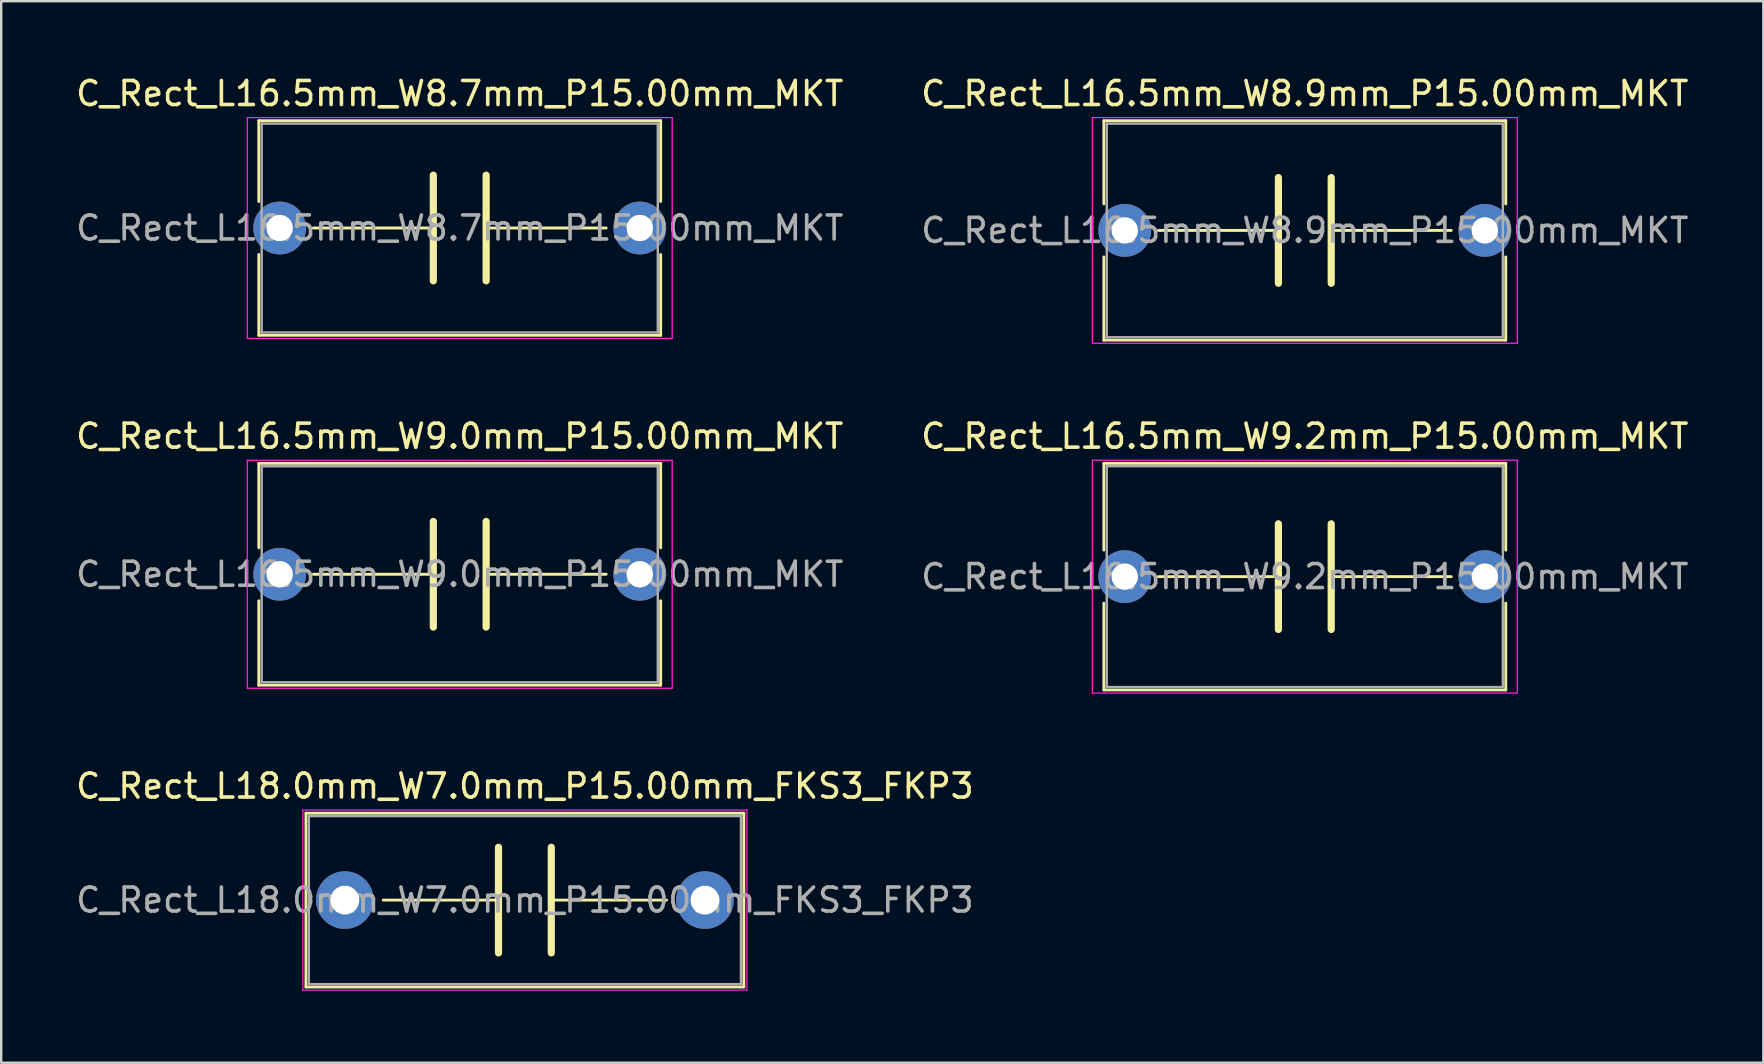
<source format=kicad_pcb>
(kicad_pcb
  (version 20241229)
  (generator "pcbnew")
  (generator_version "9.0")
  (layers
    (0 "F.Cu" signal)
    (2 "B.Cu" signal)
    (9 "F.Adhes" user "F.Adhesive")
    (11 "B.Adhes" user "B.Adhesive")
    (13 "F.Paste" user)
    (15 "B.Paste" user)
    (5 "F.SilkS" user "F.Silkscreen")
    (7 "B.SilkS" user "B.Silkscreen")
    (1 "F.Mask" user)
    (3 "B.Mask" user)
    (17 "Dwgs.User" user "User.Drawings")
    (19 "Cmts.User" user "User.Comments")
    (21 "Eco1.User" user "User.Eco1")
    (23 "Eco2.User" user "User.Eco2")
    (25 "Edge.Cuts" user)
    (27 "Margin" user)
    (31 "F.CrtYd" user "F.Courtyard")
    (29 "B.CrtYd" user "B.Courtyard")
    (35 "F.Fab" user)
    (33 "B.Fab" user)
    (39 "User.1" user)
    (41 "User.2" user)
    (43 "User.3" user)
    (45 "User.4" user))
  (footprint "C_Rect_L16.5mm_W9.2mm_P15.00mm_MKT"
    (layer "F.Cu")
    (at 43.804 20.971)
    (property "Reference" "C_Rect_L16.5mm_W9.2mm_P15.00mm_MKT" (at 7.5 -5.85 0) (layer "F.SilkS") (effects (font (size 1 1) (thickness 0.15))))
    (attr through_hole)
    (fp_line (start -0.87 -4.72) (end -0.87 -1.104) (stroke (width 0.12) (type solid)) (layer "F.SilkS"))
    (fp_line (start -0.87 -4.72) (end 15.87 -4.72) (stroke (width 0.12) (type solid)) (layer "F.SilkS"))
    (fp_line (start -0.87 1.104) (end -0.87 4.72) (stroke (width 0.12) (type solid)) (layer "F.SilkS"))
    (fp_line (start -0.87 4.72) (end 15.87 4.72) (stroke (width 0.12) (type solid)) (layer "F.SilkS"))
    (fp_line (start 1.4 0) (end 6.4 0) (stroke (width 0.12) (type solid)) (layer "F.SilkS"))
    (fp_line (start 6.4 -2.2) (end 6.4 2.2) (stroke (width 0.3) (type solid)) (layer "F.SilkS"))
    (fp_line (start 8.6 -2.2) (end 8.6 2.2) (stroke (width 0.3) (type solid)) (layer "F.SilkS"))
    (fp_line (start 8.6 0) (end 13.6 0) (stroke (width 0.12) (type solid)) (layer "F.SilkS"))
    (fp_line (start 15.87 -4.72) (end 15.87 -1.104) (stroke (width 0.12) (type solid)) (layer "F.SilkS"))
    (fp_line (start 15.87 1.104) (end 15.87 4.72) (stroke (width 0.12) (type solid)) (layer "F.SilkS"))
    (fp_line (start -1.35 -4.85) (end -1.35 4.85) (stroke (width 0.05) (type solid)) (layer "F.CrtYd"))
    (fp_line (start -1.35 4.85) (end 16.35 4.85) (stroke (width 0.05) (type solid)) (layer "F.CrtYd"))
    (fp_line (start 16.35 -4.85) (end -1.35 -4.85) (stroke (width 0.05) (type solid)) (layer "F.CrtYd"))
    (fp_line (start 16.35 4.85) (end 16.35 -4.85) (stroke (width 0.05) (type solid)) (layer "F.CrtYd"))
    (fp_line (start -0.75 -4.6) (end -0.75 4.6) (stroke (width 0.1) (type solid)) (layer "F.Fab"))
    (fp_line (start -0.75 4.6) (end 15.75 4.6) (stroke (width 0.1) (type solid)) (layer "F.Fab"))
    (fp_line (start 15.75 -4.6) (end -0.75 -4.6) (stroke (width 0.1) (type solid)) (layer "F.Fab"))
    (fp_line (start 15.75 4.6) (end 15.75 -4.6) (stroke (width 0.1) (type solid)) (layer "F.Fab"))
    (fp_text user "${REFERENCE}" (at 7.5 0 0) (layer "F.Fab") (effects (font (size 1 1) (thickness 0.15))))
    (pad "1" thru_hole circle (at 0 0) (size 2.2 2.2) (drill 1.1) (layers "*.Cu" "*.Mask"))
    (pad "2" thru_hole circle (at 15 0) (size 2.2 2.2) (drill 1.1) (layers "*.Cu" "*.Mask")))
  (footprint "C_Rect_L16.5mm_W9.0mm_P15.00mm_MKT"
    (layer "F.Cu")
    (at 8.601 20.872)
    (property "Reference" "C_Rect_L16.5mm_W9.0mm_P15.00mm_MKT" (at 7.5 -5.75 0) (layer "F.SilkS") (effects (font (size 1 1) (thickness 0.15))))
    (attr through_hole)
    (fp_line (start -0.87 -4.62) (end -0.87 -1.104) (stroke (width 0.12) (type solid)) (layer "F.SilkS"))
    (fp_line (start -0.87 -4.62) (end 15.87 -4.62) (stroke (width 0.12) (type solid)) (layer "F.SilkS"))
    (fp_line (start -0.87 1.104) (end -0.87 4.62) (stroke (width 0.12) (type solid)) (layer "F.SilkS"))
    (fp_line (start -0.87 4.62) (end 15.87 4.62) (stroke (width 0.12) (type solid)) (layer "F.SilkS"))
    (fp_line (start 1.4 0) (end 6.4 0) (stroke (width 0.12) (type solid)) (layer "F.SilkS"))
    (fp_line (start 6.4 -2.2) (end 6.4 2.2) (stroke (width 0.3) (type solid)) (layer "F.SilkS"))
    (fp_line (start 8.6 -2.2) (end 8.6 2.2) (stroke (width 0.3) (type solid)) (layer "F.SilkS"))
    (fp_line (start 8.6 0) (end 13.6 0) (stroke (width 0.12) (type solid)) (layer "F.SilkS"))
    (fp_line (start 15.87 -4.62) (end 15.87 -1.104) (stroke (width 0.12) (type solid)) (layer "F.SilkS"))
    (fp_line (start 15.87 1.104) (end 15.87 4.62) (stroke (width 0.12) (type solid)) (layer "F.SilkS"))
    (fp_line (start -1.35 -4.75) (end -1.35 4.75) (stroke (width 0.05) (type solid)) (layer "F.CrtYd"))
    (fp_line (start -1.35 4.75) (end 16.35 4.75) (stroke (width 0.05) (type solid)) (layer "F.CrtYd"))
    (fp_line (start 16.35 -4.75) (end -1.35 -4.75) (stroke (width 0.05) (type solid)) (layer "F.CrtYd"))
    (fp_line (start 16.35 4.75) (end 16.35 -4.75) (stroke (width 0.05) (type solid)) (layer "F.CrtYd"))
    (fp_line (start -0.75 -4.5) (end -0.75 4.5) (stroke (width 0.1) (type solid)) (layer "F.Fab"))
    (fp_line (start -0.75 4.5) (end 15.75 4.5) (stroke (width 0.1) (type solid)) (layer "F.Fab"))
    (fp_line (start 15.75 -4.5) (end -0.75 -4.5) (stroke (width 0.1) (type solid)) (layer "F.Fab"))
    (fp_line (start 15.75 4.5) (end 15.75 -4.5) (stroke (width 0.1) (type solid)) (layer "F.Fab"))
    (fp_text user "${REFERENCE}" (at 7.5 0 0) (layer "F.Fab") (effects (font (size 1 1) (thickness 0.15))))
    (pad "1" thru_hole circle (at 0 0) (size 2.2 2.2) (drill 1.1) (layers "*.Cu" "*.Mask"))
    (pad "2" thru_hole circle (at 15 0) (size 2.2 2.2) (drill 1.1) (layers "*.Cu" "*.Mask")))
  (footprint "C_Rect_L18.0mm_W7.0mm_P15.00mm_FKS3_FKP3"
    (layer "F.Cu")
    (at 11.315 34.445)
    (property "Reference" "C_Rect_L18.0mm_W7.0mm_P15.00mm_FKS3_FKP3" (at 7.5 -4.75 0) (layer "F.SilkS") (effects (font (size 1 1) (thickness 0.15))))
    (attr through_hole)
    (fp_line (start -1.62 -3.62) (end -1.62 3.62) (stroke (width 0.12) (type solid)) (layer "F.SilkS"))
    (fp_line (start -1.62 -3.62) (end 16.62 -3.62) (stroke (width 0.12) (type solid)) (layer "F.SilkS"))
    (fp_line (start -1.62 3.62) (end 16.62 3.62) (stroke (width 0.12) (type solid)) (layer "F.SilkS"))
    (fp_line (start 1.6 0) (end 6.4 0) (stroke (width 0.12) (type solid)) (layer "F.SilkS"))
    (fp_line (start 6.4 -2.2) (end 6.4 2.2) (stroke (width 0.3) (type solid)) (layer "F.SilkS"))
    (fp_line (start 8.6 -2.2) (end 8.6 2.2) (stroke (width 0.3) (type solid)) (layer "F.SilkS"))
    (fp_line (start 8.6 0) (end 13.4 0) (stroke (width 0.12) (type solid)) (layer "F.SilkS"))
    (fp_line (start 16.62 -3.62) (end 16.62 3.62) (stroke (width 0.12) (type solid)) (layer "F.SilkS"))
    (fp_line (start -1.75 -3.75) (end -1.75 3.75) (stroke (width 0.05) (type solid)) (layer "F.CrtYd"))
    (fp_line (start -1.75 3.75) (end 16.75 3.75) (stroke (width 0.05) (type solid)) (layer "F.CrtYd"))
    (fp_line (start 16.75 -3.75) (end -1.75 -3.75) (stroke (width 0.05) (type solid)) (layer "F.CrtYd"))
    (fp_line (start 16.75 3.75) (end 16.75 -3.75) (stroke (width 0.05) (type solid)) (layer "F.CrtYd"))
    (fp_line (start -1.5 -3.5) (end -1.5 3.5) (stroke (width 0.1) (type solid)) (layer "F.Fab"))
    (fp_line (start -1.5 3.5) (end 16.5 3.5) (stroke (width 0.1) (type solid)) (layer "F.Fab"))
    (fp_line (start 16.5 -3.5) (end -1.5 -3.5) (stroke (width 0.1) (type solid)) (layer "F.Fab"))
    (fp_line (start 16.5 3.5) (end 16.5 -3.5) (stroke (width 0.1) (type solid)) (layer "F.Fab"))
    (fp_text user "${REFERENCE}" (at 7.5 0 0) (layer "F.Fab") (effects (font (size 1 1) (thickness 0.15))))
    (pad "1" thru_hole circle (at 0 0) (size 2.4 2.4) (drill 1.2) (layers "*.Cu" "*.Mask"))
    (pad "2" thru_hole circle (at 15 0) (size 2.4 2.4) (drill 1.2) (layers "*.Cu" "*.Mask")))
  (footprint "C_Rect_L16.5mm_W8.7mm_P15.00mm_MKT"
    (layer "F.Cu")
    (at 8.601 6.448)
    (property "Reference" "C_Rect_L16.5mm_W8.7mm_P15.00mm_MKT" (at 7.5 -5.6 0) (layer "F.SilkS") (effects (font (size 1 1) (thickness 0.15))))
    (attr through_hole)
    (fp_line (start -0.87 -4.47) (end -0.87 -1.104) (stroke (width 0.12) (type solid)) (layer "F.SilkS"))
    (fp_line (start -0.87 -4.47) (end 15.87 -4.47) (stroke (width 0.12) (type solid)) (layer "F.SilkS"))
    (fp_line (start -0.87 1.104) (end -0.87 4.47) (stroke (width 0.12) (type solid)) (layer "F.SilkS"))
    (fp_line (start -0.87 4.47) (end 15.87 4.47) (stroke (width 0.12) (type solid)) (layer "F.SilkS"))
    (fp_line (start 1.4 0) (end 6.4 0) (stroke (width 0.12) (type solid)) (layer "F.SilkS"))
    (fp_line (start 6.4 -2.2) (end 6.4 2.2) (stroke (width 0.3) (type solid)) (layer "F.SilkS"))
    (fp_line (start 8.6 -2.2) (end 8.6 2.2) (stroke (width 0.3) (type solid)) (layer "F.SilkS"))
    (fp_line (start 8.6 0) (end 13.6 0) (stroke (width 0.12) (type solid)) (layer "F.SilkS"))
    (fp_line (start 15.87 -4.47) (end 15.87 -1.104) (stroke (width 0.12) (type solid)) (layer "F.SilkS"))
    (fp_line (start 15.87 1.104) (end 15.87 4.47) (stroke (width 0.12) (type solid)) (layer "F.SilkS"))
    (fp_line (start -1.35 -4.6) (end -1.35 4.6) (stroke (width 0.05) (type solid)) (layer "F.CrtYd"))
    (fp_line (start -1.35 4.6) (end 16.35 4.6) (stroke (width 0.05) (type solid)) (layer "F.CrtYd"))
    (fp_line (start 16.35 -4.6) (end -1.35 -4.6) (stroke (width 0.05) (type solid)) (layer "F.CrtYd"))
    (fp_line (start 16.35 4.6) (end 16.35 -4.6) (stroke (width 0.05) (type solid)) (layer "F.CrtYd"))
    (fp_line (start -0.75 -4.35) (end -0.75 4.35) (stroke (width 0.1) (type solid)) (layer "F.Fab"))
    (fp_line (start -0.75 4.35) (end 15.75 4.35) (stroke (width 0.1) (type solid)) (layer "F.Fab"))
    (fp_line (start 15.75 -4.35) (end -0.75 -4.35) (stroke (width 0.1) (type solid)) (layer "F.Fab"))
    (fp_line (start 15.75 4.35) (end 15.75 -4.35) (stroke (width 0.1) (type solid)) (layer "F.Fab"))
    (fp_text user "${REFERENCE}" (at 7.5 0 0) (layer "F.Fab") (effects (font (size 1 1) (thickness 0.15))))
    (pad "1" thru_hole circle (at 0 0) (size 2.2 2.2) (drill 1.1) (layers "*.Cu" "*.Mask"))
    (pad "2" thru_hole circle (at 15 0) (size 2.2 2.2) (drill 1.1) (layers "*.Cu" "*.Mask")))
  (footprint "C_Rect_L16.5mm_W8.9mm_P15.00mm_MKT"
    (layer "F.Cu")
    (at 43.804 6.548)
    (property "Reference" "C_Rect_L16.5mm_W8.9mm_P15.00mm_MKT" (at 7.5 -5.7 0) (layer "F.SilkS") (effects (font (size 1 1) (thickness 0.15))))
    (attr through_hole)
    (fp_line (start -0.87 -4.57) (end -0.87 -1.104) (stroke (width 0.12) (type solid)) (layer "F.SilkS"))
    (fp_line (start -0.87 -4.57) (end 15.87 -4.57) (stroke (width 0.12) (type solid)) (layer "F.SilkS"))
    (fp_line (start -0.87 1.104) (end -0.87 4.57) (stroke (width 0.12) (type solid)) (layer "F.SilkS"))
    (fp_line (start -0.87 4.57) (end 15.87 4.57) (stroke (width 0.12) (type solid)) (layer "F.SilkS"))
    (fp_line (start 1.4 0) (end 6.4 0) (stroke (width 0.12) (type solid)) (layer "F.SilkS"))
    (fp_line (start 6.4 -2.2) (end 6.4 2.2) (stroke (width 0.3) (type solid)) (layer "F.SilkS"))
    (fp_line (start 8.6 -2.2) (end 8.6 2.2) (stroke (width 0.3) (type solid)) (layer "F.SilkS"))
    (fp_line (start 8.6 0) (end 13.6 0) (stroke (width 0.12) (type solid)) (layer "F.SilkS"))
    (fp_line (start 15.87 -4.57) (end 15.87 -1.104) (stroke (width 0.12) (type solid)) (layer "F.SilkS"))
    (fp_line (start 15.87 1.104) (end 15.87 4.57) (stroke (width 0.12) (type solid)) (layer "F.SilkS"))
    (fp_line (start -1.35 -4.7) (end -1.35 4.7) (stroke (width 0.05) (type solid)) (layer "F.CrtYd"))
    (fp_line (start -1.35 4.7) (end 16.35 4.7) (stroke (width 0.05) (type solid)) (layer "F.CrtYd"))
    (fp_line (start 16.35 -4.7) (end -1.35 -4.7) (stroke (width 0.05) (type solid)) (layer "F.CrtYd"))
    (fp_line (start 16.35 4.7) (end 16.35 -4.7) (stroke (width 0.05) (type solid)) (layer "F.CrtYd"))
    (fp_line (start -0.75 -4.45) (end -0.75 4.45) (stroke (width 0.1) (type solid)) (layer "F.Fab"))
    (fp_line (start -0.75 4.45) (end 15.75 4.45) (stroke (width 0.1) (type solid)) (layer "F.Fab"))
    (fp_line (start 15.75 -4.45) (end -0.75 -4.45) (stroke (width 0.1) (type solid)) (layer "F.Fab"))
    (fp_line (start 15.75 4.45) (end 15.75 -4.45) (stroke (width 0.1) (type solid)) (layer "F.Fab"))
    (fp_text user "${REFERENCE}" (at 7.5 0 0) (layer "F.Fab") (effects (font (size 1 1) (thickness 0.15))))
    (pad "1" thru_hole circle (at 0 0) (size 2.2 2.2) (drill 1.1) (layers "*.Cu" "*.Mask"))
    (pad "2" thru_hole circle (at 15 0) (size 2.2 2.2) (drill 1.1) (layers "*.Cu" "*.Mask")))
  (gr_rect
    (start -3 -3)
    (end 70.405 41.22)
    (stroke (width 0.1) (type default))
    (fill no)
    (layer "Edge.Cuts")))
</source>
